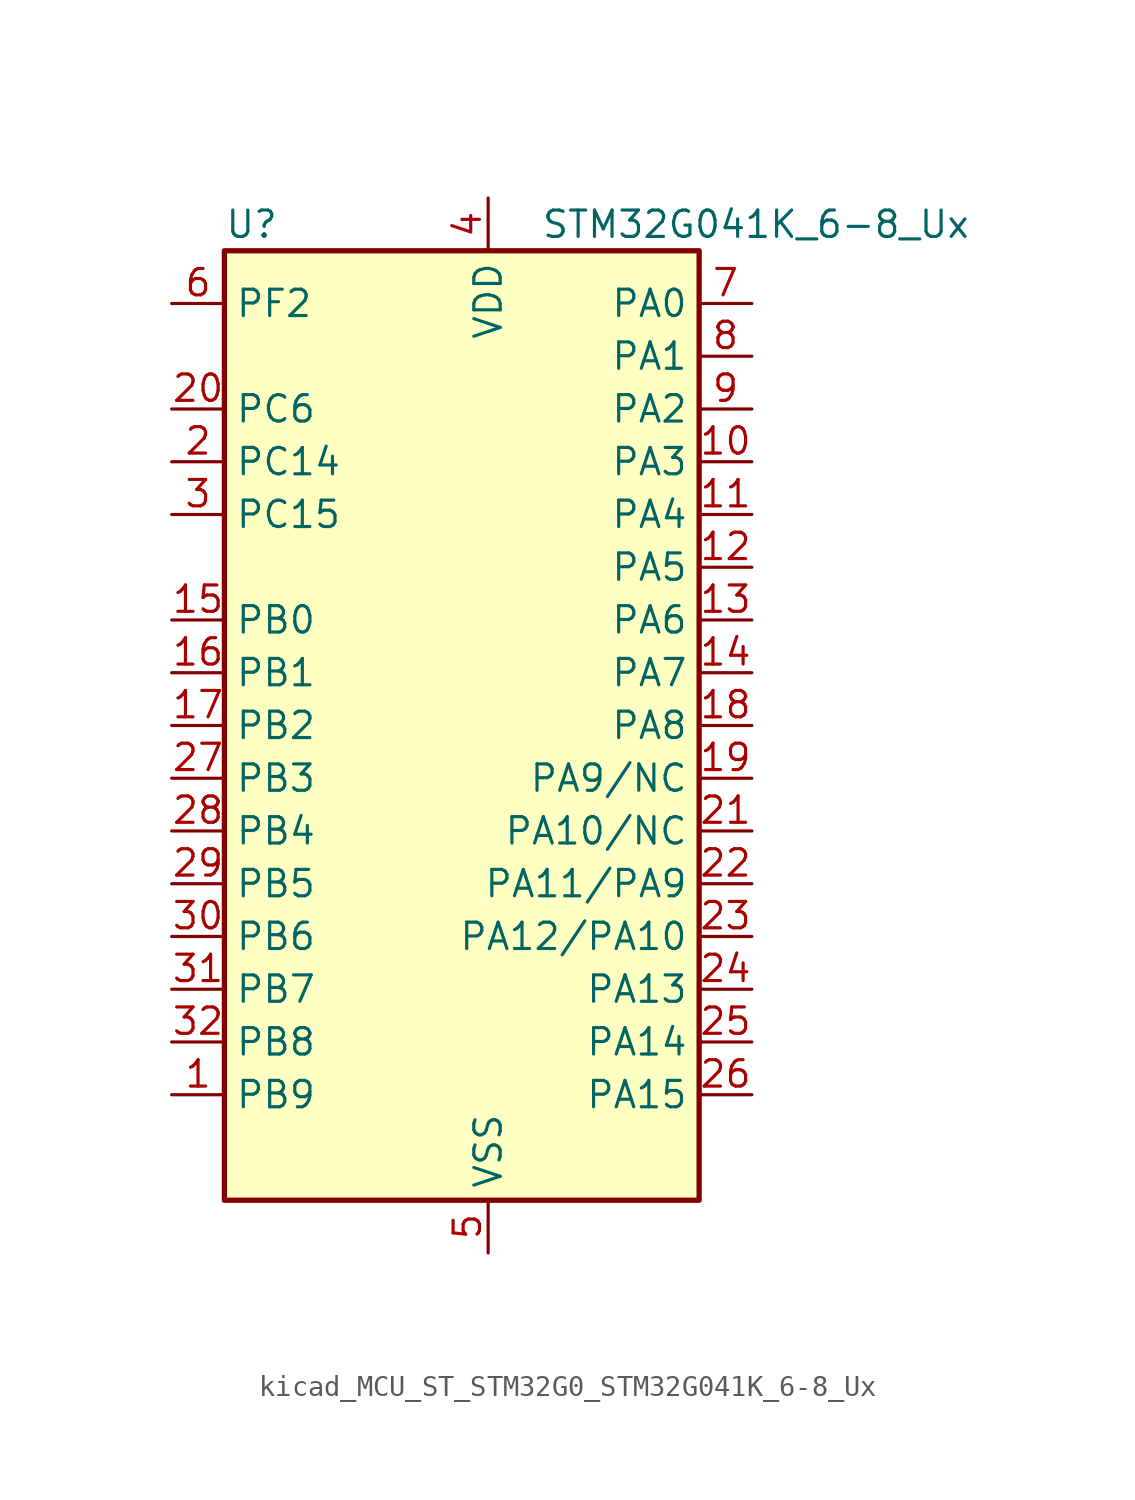
<source format=kicad_sym>
(kicad_symbol_lib
  (version 20220914)
  (generator kicad_symbol_editor)
  (symbol "kicad_MCU_ST_STM32G0_STM32G041K_6-8_Ux"
    (property "Reference" "U"
      (at -10.16 24.13 0)
      (effects (font (size 1.27 1.27)) (justify left)))
    (property "Value" "STM32G041K_6-8_Ux"
      (at 5.08 24.13 0)
      (effects (font (size 1.27 1.27)) (justify left)))
    (property "ki_locked" ""
      (at 0 0 0)
      (effects (font (size 1.27 1.27))))
    (symbol "kicad_MCU_ST_STM32G0_STM32G041K_6-8_Ux_0_1"
      (rectangle (start -10.16 -22.86) (end 12.7 22.86) (stroke (width 0.254) (type default)) (fill (type background))))
    (symbol "kicad_MCU_ST_STM32G0_STM32G041K_6-8_Ux_1_1"
      (pin bidirectional line (at -12.7 -17.78 0) (length 2.54) (name "PB9" (effects (font (size 1.27 1.27)))) (number "1" (effects (font (size 1.27 1.27)))) (alternate "I2C1_SDA" bidirectional line) (alternate "IR_OUT" bidirectional line) (alternate "SPI2_NSS" bidirectional line) (alternate "TIM17_CH1" bidirectional line))
      (pin bidirectional line (at 15.24 12.7 180) (length 2.54) (name "PA3" (effects (font (size 1.27 1.27)))) (number "10" (effects (font (size 1.27 1.27)))) (alternate "ADC1_IN3" bidirectional line) (alternate "LPUART1_RX" bidirectional line) (alternate "SPI2_MISO" bidirectional line) (alternate "TIM2_CH4" bidirectional line) (alternate "USART2_RX" bidirectional line))
      (pin bidirectional line (at 15.24 10.16 180) (length 2.54) (name "PA4" (effects (font (size 1.27 1.27)))) (number "11" (effects (font (size 1.27 1.27)))) (alternate "ADC1_IN4" bidirectional line) (alternate "I2S1_WS" bidirectional line) (alternate "LPTIM2_OUT" bidirectional line) (alternate "RTC_OUT_ALARM" bidirectional line) (alternate "RTC_OUT_CALIB" bidirectional line) (alternate "RTC_TAMP_IN1" bidirectional line) (alternate "RTC_TS" bidirectional line) (alternate "SPI1_NSS" bidirectional line) (alternate "SPI2_MOSI" bidirectional line) (alternate "SYS_WKUP2" bidirectional line) (alternate "TIM14_CH1" bidirectional line))
      (pin bidirectional line (at 15.24 7.62 180) (length 2.54) (name "PA5" (effects (font (size 1.27 1.27)))) (number "12" (effects (font (size 1.27 1.27)))) (alternate "ADC1_IN5" bidirectional line) (alternate "I2S1_CK" bidirectional line) (alternate "LPTIM2_ETR" bidirectional line) (alternate "SPI1_SCK" bidirectional line) (alternate "TIM2_CH1" bidirectional line) (alternate "TIM2_ETR" bidirectional line))
      (pin bidirectional line (at 15.24 5.08 180) (length 2.54) (name "PA6" (effects (font (size 1.27 1.27)))) (number "13" (effects (font (size 1.27 1.27)))) (alternate "ADC1_IN6" bidirectional line) (alternate "I2S1_MCK" bidirectional line) (alternate "LPUART1_CTS" bidirectional line) (alternate "SPI1_MISO" bidirectional line) (alternate "TIM16_CH1" bidirectional line) (alternate "TIM1_BK" bidirectional line) (alternate "TIM3_CH1" bidirectional line))
      (pin bidirectional line (at 15.24 2.54 180) (length 2.54) (name "PA7" (effects (font (size 1.27 1.27)))) (number "14" (effects (font (size 1.27 1.27)))) (alternate "ADC1_IN7" bidirectional line) (alternate "I2S1_SD" bidirectional line) (alternate "SPI1_MOSI" bidirectional line) (alternate "TIM14_CH1" bidirectional line) (alternate "TIM17_CH1" bidirectional line) (alternate "TIM1_CH1N" bidirectional line) (alternate "TIM3_CH2" bidirectional line))
      (pin bidirectional line (at -12.7 5.08 0) (length 2.54) (name "PB0" (effects (font (size 1.27 1.27)))) (number "15" (effects (font (size 1.27 1.27)))) (alternate "ADC1_IN8" bidirectional line) (alternate "I2S1_WS" bidirectional line) (alternate "LPTIM1_OUT" bidirectional line) (alternate "SPI1_NSS" bidirectional line) (alternate "TIM1_CH2N" bidirectional line) (alternate "TIM3_CH3" bidirectional line))
      (pin bidirectional line (at -12.7 2.54 0) (length 2.54) (name "PB1" (effects (font (size 1.27 1.27)))) (number "16" (effects (font (size 1.27 1.27)))) (alternate "ADC1_IN9" bidirectional line) (alternate "LPTIM2_IN1" bidirectional line) (alternate "LPUART1_DE" bidirectional line) (alternate "LPUART1_RTS" bidirectional line) (alternate "TIM14_CH1" bidirectional line) (alternate "TIM1_CH3N" bidirectional line) (alternate "TIM3_CH4" bidirectional line))
      (pin bidirectional line (at -12.7 0 0) (length 2.54) (name "PB2" (effects (font (size 1.27 1.27)))) (number "17" (effects (font (size 1.27 1.27)))) (alternate "ADC1_IN10" bidirectional line) (alternate "LPTIM1_OUT" bidirectional line) (alternate "SPI2_MISO" bidirectional line))
      (pin bidirectional line (at 15.24 0 180) (length 2.54) (name "PA8" (effects (font (size 1.27 1.27)))) (number "18" (effects (font (size 1.27 1.27)))) (alternate "LPTIM2_OUT" bidirectional line) (alternate "RCC_MCO" bidirectional line) (alternate "SPI2_NSS" bidirectional line) (alternate "TIM1_CH1" bidirectional line))
      (pin bidirectional line (at 15.24 -2.54 180) (length 2.54) (name "PA9/NC" (effects (font (size 1.27 1.27)))) (number "19" (effects (font (size 1.27 1.27)))) (alternate "I2C1_SCL" bidirectional line) (alternate "RCC_MCO" bidirectional line) (alternate "SPI2_MISO" bidirectional line) (alternate "TIM1_CH2" bidirectional line) (alternate "USART1_TX" bidirectional line))
      (pin bidirectional line (at -12.7 12.7 0) (length 2.54) (name "PC14" (effects (font (size 1.27 1.27)))) (number "2" (effects (font (size 1.27 1.27)))) (alternate "RCC_OSC32_IN" bidirectional line) (alternate "RCC_OSC_IN" bidirectional line) (alternate "TIM1_BK2" bidirectional line))
      (pin bidirectional line (at -12.7 15.24 0) (length 2.54) (name "PC6" (effects (font (size 1.27 1.27)))) (number "20" (effects (font (size 1.27 1.27)))) (alternate "TIM2_CH3" bidirectional line) (alternate "TIM3_CH1" bidirectional line))
      (pin bidirectional line (at 15.24 -5.08 180) (length 2.54) (name "PA10/NC" (effects (font (size 1.27 1.27)))) (number "21" (effects (font (size 1.27 1.27)))) (alternate "I2C1_SDA" bidirectional line) (alternate "SPI2_MOSI" bidirectional line) (alternate "TIM17_BK" bidirectional line) (alternate "TIM1_CH3" bidirectional line) (alternate "USART1_RX" bidirectional line))
      (pin bidirectional line (at 15.24 -7.62 180) (length 2.54) (name "PA11/PA9" (effects (font (size 1.27 1.27)))) (number "22" (effects (font (size 1.27 1.27)))) (alternate "ADC1_EXTI11" bidirectional line) (alternate "ADC1_IN15" bidirectional line) (alternate "I2C2_SCL" bidirectional line) (alternate "I2S1_MCK" bidirectional line) (alternate "SPI1_MISO" bidirectional line) (alternate "TIM1_BK2" bidirectional line) (alternate "TIM1_CH4" bidirectional line) (alternate "USART1_CTS" bidirectional line) (alternate "USART1_NSS" bidirectional line))
      (pin bidirectional line (at 15.24 -10.16 180) (length 2.54) (name "PA12/PA10" (effects (font (size 1.27 1.27)))) (number "23" (effects (font (size 1.27 1.27)))) (alternate "ADC1_IN16" bidirectional line) (alternate "I2C2_SDA" bidirectional line) (alternate "I2S1_SD" bidirectional line) (alternate "I2S_CKIN" bidirectional line) (alternate "SPI1_MOSI" bidirectional line) (alternate "TIM1_ETR" bidirectional line) (alternate "USART1_CK" bidirectional line) (alternate "USART1_DE" bidirectional line) (alternate "USART1_RTS" bidirectional line))
      (pin bidirectional line (at 15.24 -12.7 180) (length 2.54) (name "PA13" (effects (font (size 1.27 1.27)))) (number "24" (effects (font (size 1.27 1.27)))) (alternate "ADC1_IN17" bidirectional line) (alternate "IR_OUT" bidirectional line) (alternate "SYS_SWDIO" bidirectional line))
      (pin bidirectional line (at 15.24 -15.24 180) (length 2.54) (name "PA14" (effects (font (size 1.27 1.27)))) (number "25" (effects (font (size 1.27 1.27)))) (alternate "ADC1_IN18" bidirectional line) (alternate "SYS_SWCLK" bidirectional line) (alternate "USART2_TX" bidirectional line))
      (pin bidirectional line (at 15.24 -17.78 180) (length 2.54) (name "PA15" (effects (font (size 1.27 1.27)))) (number "26" (effects (font (size 1.27 1.27)))) (alternate "I2S1_WS" bidirectional line) (alternate "SPI1_NSS" bidirectional line) (alternate "TIM2_CH1" bidirectional line) (alternate "TIM2_ETR" bidirectional line) (alternate "USART2_RX" bidirectional line))
      (pin bidirectional line (at -12.7 -2.54 0) (length 2.54) (name "PB3" (effects (font (size 1.27 1.27)))) (number "27" (effects (font (size 1.27 1.27)))) (alternate "I2S1_CK" bidirectional line) (alternate "SPI1_SCK" bidirectional line) (alternate "TIM1_CH2" bidirectional line) (alternate "TIM2_CH2" bidirectional line) (alternate "USART1_CK" bidirectional line) (alternate "USART1_DE" bidirectional line) (alternate "USART1_RTS" bidirectional line))
      (pin bidirectional line (at -12.7 -5.08 0) (length 2.54) (name "PB4" (effects (font (size 1.27 1.27)))) (number "28" (effects (font (size 1.27 1.27)))) (alternate "I2S1_MCK" bidirectional line) (alternate "SPI1_MISO" bidirectional line) (alternate "TIM17_BK" bidirectional line) (alternate "TIM3_CH1" bidirectional line) (alternate "USART1_CTS" bidirectional line) (alternate "USART1_NSS" bidirectional line))
      (pin bidirectional line (at -12.7 -7.62 0) (length 2.54) (name "PB5" (effects (font (size 1.27 1.27)))) (number "29" (effects (font (size 1.27 1.27)))) (alternate "I2C1_SMBA" bidirectional line) (alternate "I2S1_SD" bidirectional line) (alternate "LPTIM1_IN1" bidirectional line) (alternate "SPI1_MOSI" bidirectional line) (alternate "SYS_WKUP6" bidirectional line) (alternate "TIM16_BK" bidirectional line) (alternate "TIM3_CH2" bidirectional line))
      (pin bidirectional line (at -12.7 10.16 0) (length 2.54) (name "PC15" (effects (font (size 1.27 1.27)))) (number "3" (effects (font (size 1.27 1.27)))) (alternate "RCC_OSC32_EN" bidirectional line) (alternate "RCC_OSC32_OUT" bidirectional line) (alternate "RCC_OSC_EN" bidirectional line))
      (pin bidirectional line (at -12.7 -10.16 0) (length 2.54) (name "PB6" (effects (font (size 1.27 1.27)))) (number "30" (effects (font (size 1.27 1.27)))) (alternate "I2C1_SCL" bidirectional line) (alternate "LPTIM1_ETR" bidirectional line) (alternate "SPI2_MISO" bidirectional line) (alternate "TIM16_CH1N" bidirectional line) (alternate "TIM1_CH3" bidirectional line) (alternate "USART1_TX" bidirectional line))
      (pin bidirectional line (at -12.7 -12.7 0) (length 2.54) (name "PB7" (effects (font (size 1.27 1.27)))) (number "31" (effects (font (size 1.27 1.27)))) (alternate "ADC1_IN11" bidirectional line) (alternate "I2C1_SDA" bidirectional line) (alternate "LPTIM1_IN2" bidirectional line) (alternate "SPI2_MOSI" bidirectional line) (alternate "SYS_PVD_IN" bidirectional line) (alternate "TIM17_CH1N" bidirectional line) (alternate "USART1_RX" bidirectional line))
      (pin bidirectional line (at -12.7 -15.24 0) (length 2.54) (name "PB8" (effects (font (size 1.27 1.27)))) (number "32" (effects (font (size 1.27 1.27)))) (alternate "I2C1_SCL" bidirectional line) (alternate "SPI2_SCK" bidirectional line) (alternate "TIM16_CH1" bidirectional line))
      (pin passive line (at 2.54 -25.4 90) (length 2.54) hide (name "VSS" (effects (font (size 1.27 1.27)))) (number "33" (effects (font (size 1.27 1.27)))))
      (pin power_in line (at 2.54 25.4 270) (length 2.54) (name "VDD" (effects (font (size 1.27 1.27)))) (number "4" (effects (font (size 1.27 1.27)))))
      (pin power_in line (at 2.54 -25.4 90) (length 2.54) (name "VSS" (effects (font (size 1.27 1.27)))) (number "5" (effects (font (size 1.27 1.27)))))
      (pin bidirectional line (at -12.7 20.32 0) (length 2.54) (name "PF2" (effects (font (size 1.27 1.27)))) (number "6" (effects (font (size 1.27 1.27)))) (alternate "RCC_MCO" bidirectional line))
      (pin bidirectional line (at 15.24 20.32 180) (length 2.54) (name "PA0" (effects (font (size 1.27 1.27)))) (number "7" (effects (font (size 1.27 1.27)))) (alternate "ADC1_IN0" bidirectional line) (alternate "LPTIM1_OUT" bidirectional line) (alternate "RTC_TAMP_IN2" bidirectional line) (alternate "SPI2_SCK" bidirectional line) (alternate "SYS_WKUP1" bidirectional line) (alternate "TIM2_CH1" bidirectional line) (alternate "TIM2_ETR" bidirectional line) (alternate "USART2_CTS" bidirectional line) (alternate "USART2_NSS" bidirectional line))
      (pin bidirectional line (at 15.24 17.78 180) (length 2.54) (name "PA1" (effects (font (size 1.27 1.27)))) (number "8" (effects (font (size 1.27 1.27)))) (alternate "ADC1_IN1" bidirectional line) (alternate "I2C1_SMBA" bidirectional line) (alternate "I2S1_CK" bidirectional line) (alternate "SPI1_SCK" bidirectional line) (alternate "TIM2_CH2" bidirectional line) (alternate "USART2_CK" bidirectional line) (alternate "USART2_DE" bidirectional line) (alternate "USART2_RTS" bidirectional line))
      (pin bidirectional line (at 15.24 15.24 180) (length 2.54) (name "PA2" (effects (font (size 1.27 1.27)))) (number "9" (effects (font (size 1.27 1.27)))) (alternate "ADC1_IN2" bidirectional line) (alternate "I2S1_SD" bidirectional line) (alternate "LPUART1_TX" bidirectional line) (alternate "RCC_LSCO" bidirectional line) (alternate "SPI1_MOSI" bidirectional line) (alternate "SYS_WKUP4" bidirectional line) (alternate "TIM2_CH3" bidirectional line) (alternate "USART2_TX" bidirectional line)))))
</source>
